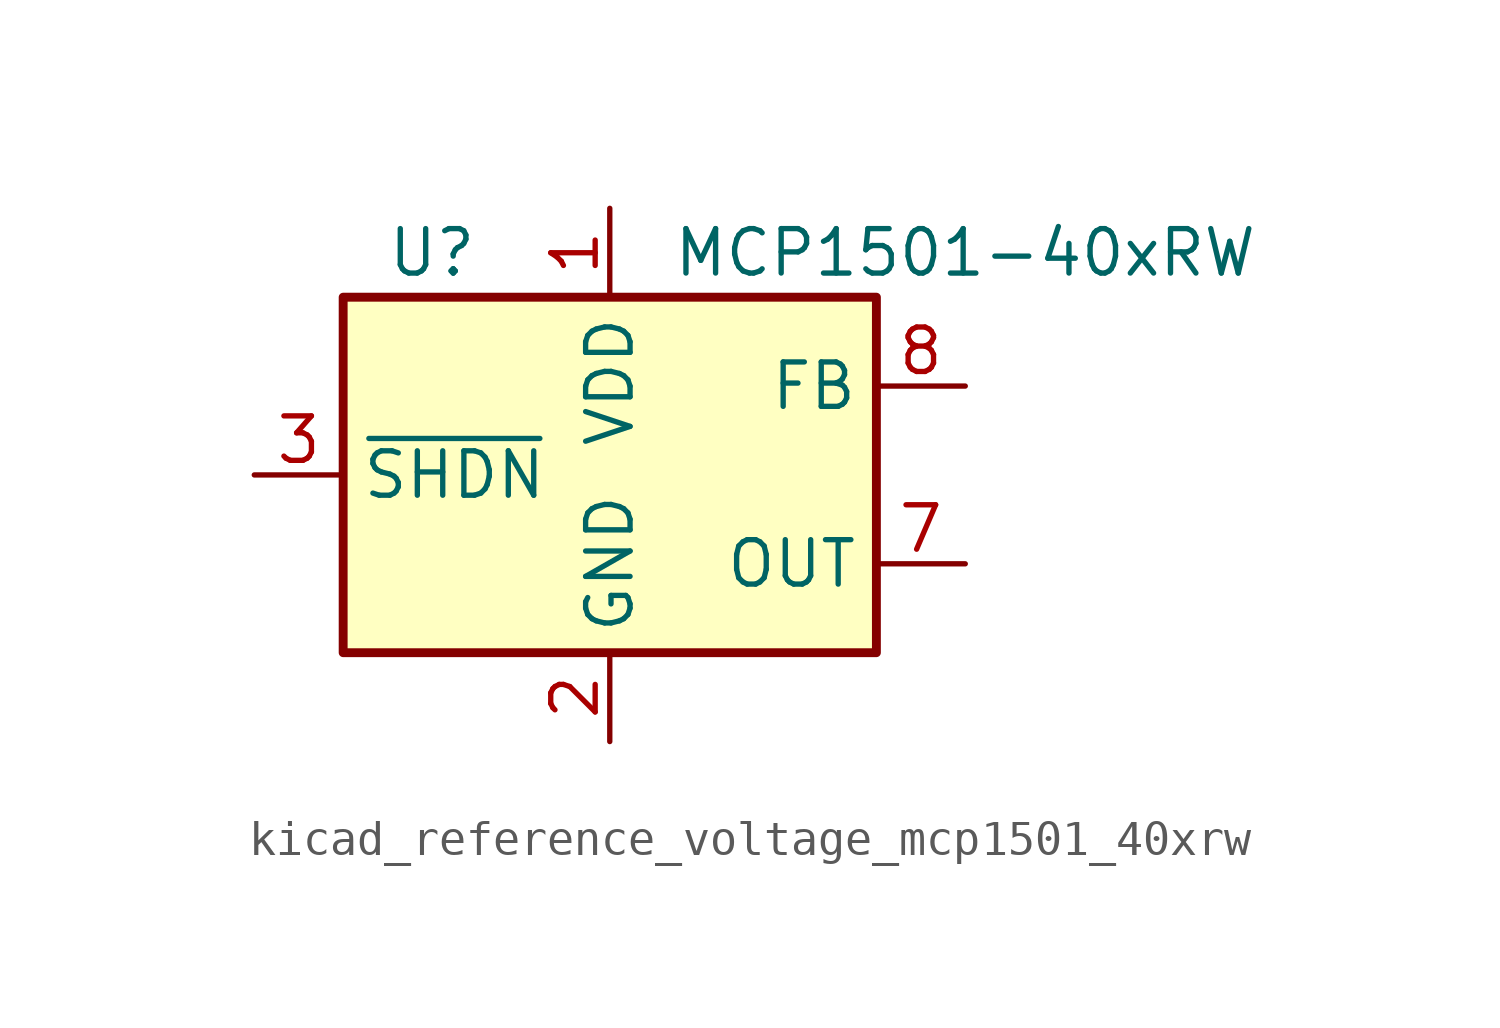
<source format=kicad_sym>
(kicad_symbol_lib
  (version 20220914)
  (generator kicad_symbol_editor)
  (symbol "kicad_reference_voltage_mcp1501_40xrw"
    (property "Reference" "U"
      (at -5.08 6.35 0)
      (effects (font (size 1.27 1.27))))
    (property "Value" "MCP1501-40xRW"
      (at 10.16 6.35 0)
      (effects (font (size 1.27 1.27))))
    (symbol "kicad_reference_voltage_mcp1501_40xrw_0_0"
      (pin power_in line (at 0 7.62 270) (length 2.54) (name "VDD" (effects (font (size 1.27 1.27)))) (number "1" (effects (font (size 1.27 1.27)))))
      (pin power_in line (at 0 -7.62 90) (length 2.54) (name "GND" (effects (font (size 1.27 1.27)))) (number "2" (effects (font (size 1.27 1.27)))))
      (pin input line (at -10.16 0 0) (length 2.54) (name "~{SHDN}" (effects (font (size 1.27 1.27)))) (number "3" (effects (font (size 1.27 1.27)))))
      (pin passive line (at 0 -7.62 90) (length 2.54) hide (name "GND" (effects (font (size 1.27 1.27)))) (number "4" (effects (font (size 1.27 1.27)))))
      (pin passive line (at 0 -7.62 90) (length 2.54) hide (name "GND" (effects (font (size 1.27 1.27)))) (number "5" (effects (font (size 1.27 1.27)))))
      (pin passive line (at 0 -7.62 90) (length 2.54) hide (name "GND" (effects (font (size 1.27 1.27)))) (number "6" (effects (font (size 1.27 1.27)))))
      (pin power_out line (at 10.16 -2.54 180) (length 2.54) (name "OUT" (effects (font (size 1.27 1.27)))) (number "7" (effects (font (size 1.27 1.27)))))
      (pin input line (at 10.16 2.54 180) (length 2.54) (name "FB" (effects (font (size 1.27 1.27)))) (number "8" (effects (font (size 1.27 1.27))))))
    (symbol "kicad_reference_voltage_mcp1501_40xrw_0_1"
      (rectangle (start -7.62 5.08) (end 7.62 -5.08) (stroke (width 0.254) (type default)) (fill (type background))))))
</source>
